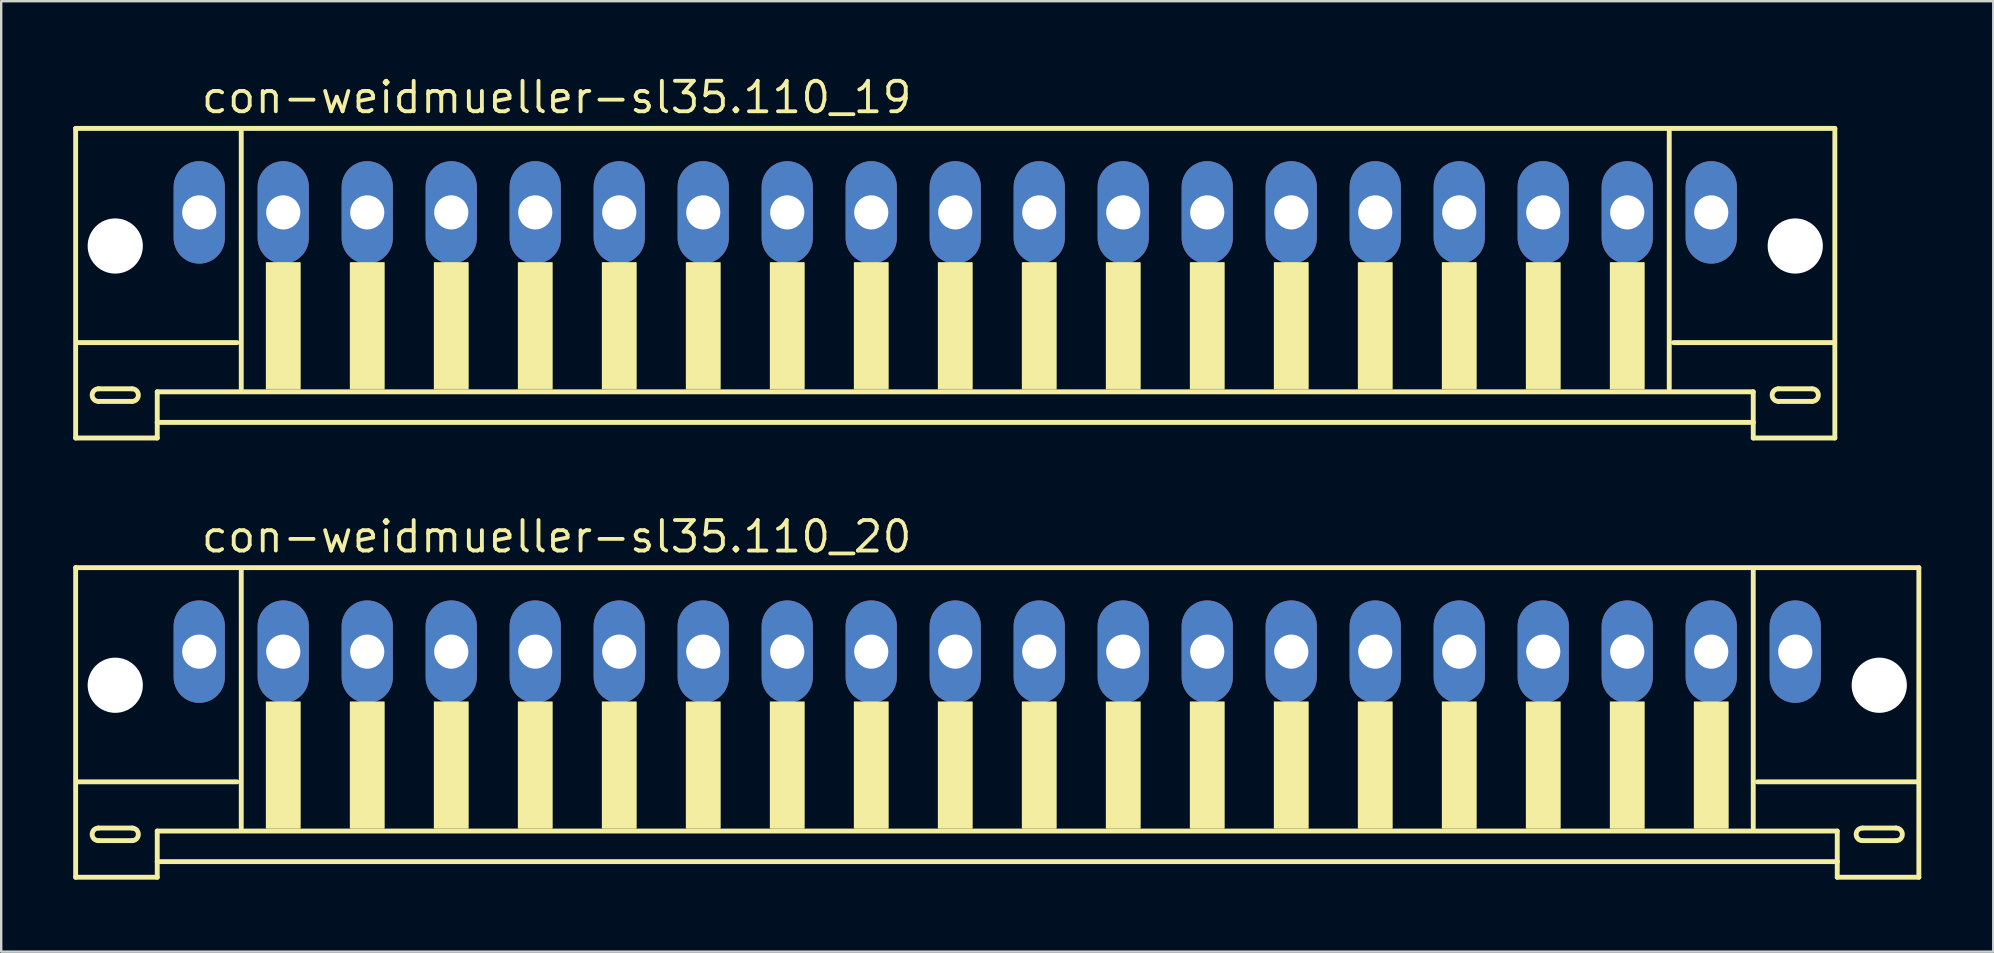
<source format=kicad_pcb>
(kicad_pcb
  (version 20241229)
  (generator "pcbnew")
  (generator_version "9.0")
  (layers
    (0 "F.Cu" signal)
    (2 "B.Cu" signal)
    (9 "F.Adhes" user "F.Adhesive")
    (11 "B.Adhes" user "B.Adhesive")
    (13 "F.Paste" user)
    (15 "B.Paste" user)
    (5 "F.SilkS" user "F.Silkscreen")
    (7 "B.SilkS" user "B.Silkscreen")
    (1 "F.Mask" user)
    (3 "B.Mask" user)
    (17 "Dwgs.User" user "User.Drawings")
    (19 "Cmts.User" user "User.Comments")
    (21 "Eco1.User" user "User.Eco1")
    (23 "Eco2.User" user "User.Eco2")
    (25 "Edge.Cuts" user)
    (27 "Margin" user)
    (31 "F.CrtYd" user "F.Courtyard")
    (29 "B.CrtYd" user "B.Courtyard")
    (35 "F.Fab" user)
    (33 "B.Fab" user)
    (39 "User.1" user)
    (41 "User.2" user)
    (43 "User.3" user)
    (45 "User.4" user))
  (footprint "con-weidmueller-sl35.110_19"
    (layer "F.Cu")
    (at 36.752 7.55)
    (property "Reference" "con-weidmueller-sl35.110_19" (at -31.5 -5.8 0) (layer "F.SilkS") (effects (font (size 1.27 1.27) (thickness 0.16)) (justify left bottom)))
    (attr through_hole)
    (fp_line (start -36.65 -5.25) (end -36.65 7.65) (stroke (width 0.203) (type default)) (layer "F.SilkS"))
    (fp_line (start -36.65 7.65) (end -33.25 7.65) (stroke (width 0.203) (type default)) (layer "F.SilkS"))
    (fp_line (start -35.7 5.6) (end -34.3 5.6) (stroke (width 0.203) (type default)) (layer "F.SilkS"))
    (fp_line (start -34.3 6.125) (end -35.7 6.125) (stroke (width 0.203) (type default)) (layer "F.SilkS"))
    (fp_line (start -33.25 5.725) (end 33.25 5.725) (stroke (width 0.203) (type default)) (layer "F.SilkS"))
    (fp_line (start -33.25 7) (end -33.25 5.725) (stroke (width 0.203) (type default)) (layer "F.SilkS"))
    (fp_line (start -33.25 7) (end 33.25 7) (stroke (width 0.203) (type default)) (layer "F.SilkS"))
    (fp_line (start -33.25 7.65) (end -33.25 7) (stroke (width 0.203) (type default)) (layer "F.SilkS"))
    (fp_line (start -29.925 3.675) (end -36.575 3.675) (stroke (width 0.203) (type default)) (layer "F.SilkS"))
    (fp_line (start -29.75 -5.125) (end -29.75 5.6) (stroke (width 0.203) (type default)) (layer "F.SilkS"))
    (fp_line (start 29.75 5.6) (end 29.75 -5.125) (stroke (width 0.203) (type default)) (layer "F.SilkS"))
    (fp_line (start 33.25 5.725) (end 33.25 7) (stroke (width 0.203) (type default)) (layer "F.SilkS"))
    (fp_line (start 33.25 7) (end 33.25 7.65) (stroke (width 0.203) (type default)) (layer "F.SilkS"))
    (fp_line (start 33.25 7.65) (end 36.65 7.65) (stroke (width 0.203) (type default)) (layer "F.SilkS"))
    (fp_line (start 34.3 5.6) (end 35.7 5.6) (stroke (width 0.203) (type default)) (layer "F.SilkS"))
    (fp_line (start 35.7 6.125) (end 34.3 6.125) (stroke (width 0.203) (type default)) (layer "F.SilkS"))
    (fp_line (start 36.575 3.675) (end 29.925 3.675) (stroke (width 0.203) (type default)) (layer "F.SilkS"))
    (fp_line (start 36.65 -5.25) (end -36.65 -5.25) (stroke (width 0.203) (type default)) (layer "F.SilkS"))
    (fp_line (start 36.65 7.65) (end 36.65 -5.25) (stroke (width 0.203) (type default)) (layer "F.SilkS"))
    (fp_rect (start -28.7 5.6) (end -27.3 0.35) (stroke (width 0.05) (type default)) (fill yes) (layer "F.SilkS"))
    (fp_rect (start -25.2 5.6) (end -23.8 0.35) (stroke (width 0.05) (type default)) (fill yes) (layer "F.SilkS"))
    (fp_rect (start -21.7 5.6) (end -20.3 0.35) (stroke (width 0.05) (type default)) (fill yes) (layer "F.SilkS"))
    (fp_rect (start -18.2 5.6) (end -16.8 0.35) (stroke (width 0.05) (type default)) (fill yes) (layer "F.SilkS"))
    (fp_rect (start -14.7 5.6) (end -13.3 0.35) (stroke (width 0.05) (type default)) (fill yes) (layer "F.SilkS"))
    (fp_rect (start -11.2 5.6) (end -9.8 0.35) (stroke (width 0.05) (type default)) (fill yes) (layer "F.SilkS"))
    (fp_rect (start -7.7 5.6) (end -6.3 0.35) (stroke (width 0.05) (type default)) (fill yes) (layer "F.SilkS"))
    (fp_rect (start -4.2 5.6) (end -2.8 0.35) (stroke (width 0.05) (type default)) (fill yes) (layer "F.SilkS"))
    (fp_rect (start -0.7 5.6) (end 0.7 0.35) (stroke (width 0.05) (type default)) (fill yes) (layer "F.SilkS"))
    (fp_rect (start 2.8 5.6) (end 4.2 0.35) (stroke (width 0.05) (type default)) (fill yes) (layer "F.SilkS"))
    (fp_rect (start 6.3 5.6) (end 7.7 0.35) (stroke (width 0.05) (type default)) (fill yes) (layer "F.SilkS"))
    (fp_rect (start 9.8 5.6) (end 11.2 0.35) (stroke (width 0.05) (type default)) (fill yes) (layer "F.SilkS"))
    (fp_rect (start 13.3 5.6) (end 14.7 0.35) (stroke (width 0.05) (type default)) (fill yes) (layer "F.SilkS"))
    (fp_rect (start 16.8 5.6) (end 18.2 0.35) (stroke (width 0.05) (type default)) (fill yes) (layer "F.SilkS"))
    (fp_rect (start 20.3 5.6) (end 21.7 0.35) (stroke (width 0.05) (type default)) (fill yes) (layer "F.SilkS"))
    (fp_rect (start 23.8 5.6) (end 25.2 0.35) (stroke (width 0.05) (type default)) (fill yes) (layer "F.SilkS"))
    (fp_rect (start 27.3 5.6) (end 28.7 0.35) (stroke (width 0.05) (type default)) (fill yes) (layer "F.SilkS"))
    (fp_arc (start -35.7 6.125) (mid -35.9625 5.8625) (end -35.7 5.6) (stroke (width 0.2032) (type default)) (layer "F.SilkS"))
    (fp_arc (start -34.3 5.6) (mid -34.0375 5.8625) (end -34.3 6.125) (stroke (width 0.2032) (type default)) (layer "F.SilkS"))
    (fp_arc (start 34.3 6.125) (mid 34.0375 5.8625) (end 34.3 5.6) (stroke (width 0.2032) (type default)) (layer "F.SilkS"))
    (fp_arc (start 35.7 5.6) (mid 35.9625 5.8625) (end 35.7 6.125) (stroke (width 0.2032) (type default)) (layer "F.SilkS"))
    (pad "" np_thru_hole circle (at -35 -0.35) (size 2.3 2.3) (drill 2.3) (layers "*.Cu" "*.Mask"))
    (pad "" np_thru_hole circle (at 35 -0.35) (size 2.3 2.3) (drill 2.3) (layers "*.Cu" "*.Mask"))
    (pad "1" thru_hole oval (at -31.5 -1.75 90) (size 4.267 2.134) (drill 1.422) (layers "*.Cu" "*.Mask"))
    (pad "2" thru_hole oval (at -28 -1.75 90) (size 4.267 2.134) (drill 1.422) (layers "*.Cu" "*.Mask"))
    (pad "3" thru_hole oval (at -24.5 -1.75 90) (size 4.267 2.134) (drill 1.422) (layers "*.Cu" "*.Mask"))
    (pad "4" thru_hole oval (at -21 -1.75 90) (size 4.267 2.134) (drill 1.422) (layers "*.Cu" "*.Mask"))
    (pad "5" thru_hole oval (at -17.5 -1.75 90) (size 4.267 2.134) (drill 1.422) (layers "*.Cu" "*.Mask"))
    (pad "6" thru_hole oval (at -14 -1.75 90) (size 4.267 2.134) (drill 1.422) (layers "*.Cu" "*.Mask"))
    (pad "7" thru_hole oval (at -10.5 -1.75 90) (size 4.267 2.134) (drill 1.422) (layers "*.Cu" "*.Mask"))
    (pad "8" thru_hole oval (at -7 -1.75 90) (size 4.267 2.134) (drill 1.422) (layers "*.Cu" "*.Mask"))
    (pad "9" thru_hole oval (at -3.5 -1.75 90) (size 4.267 2.134) (drill 1.422) (layers "*.Cu" "*.Mask"))
    (pad "10" thru_hole oval (at 0 -1.75 90) (size 4.267 2.134) (drill 1.422) (layers "*.Cu" "*.Mask"))
    (pad "11" thru_hole oval (at 3.5 -1.75 90) (size 4.267 2.134) (drill 1.422) (layers "*.Cu" "*.Mask"))
    (pad "12" thru_hole oval (at 7 -1.75 90) (size 4.267 2.134) (drill 1.422) (layers "*.Cu" "*.Mask"))
    (pad "13" thru_hole oval (at 10.5 -1.75 90) (size 4.267 2.134) (drill 1.422) (layers "*.Cu" "*.Mask"))
    (pad "14" thru_hole oval (at 14 -1.75 90) (size 4.267 2.134) (drill 1.422) (layers "*.Cu" "*.Mask"))
    (pad "15" thru_hole oval (at 17.5 -1.75 90) (size 4.267 2.134) (drill 1.422) (layers "*.Cu" "*.Mask"))
    (pad "16" thru_hole oval (at 21 -1.75 90) (size 4.267 2.134) (drill 1.422) (layers "*.Cu" "*.Mask"))
    (pad "17" thru_hole oval (at 24.5 -1.75 90) (size 4.267 2.134) (drill 1.422) (layers "*.Cu" "*.Mask"))
    (pad "18" thru_hole oval (at 28 -1.75 90) (size 4.267 2.134) (drill 1.422) (layers "*.Cu" "*.Mask"))
    (pad "19" thru_hole oval (at 31.5 -1.75 90) (size 4.267 2.134) (drill 1.422) (layers "*.Cu" "*.Mask")))
  (footprint "con-weidmueller-sl35.110_20"
    (layer "F.Cu")
    (at 38.502 25.852)
    (property "Reference" "con-weidmueller-sl35.110_20" (at -33.25 -5.8 0) (layer "F.SilkS") (effects (font (size 1.27 1.27) (thickness 0.16)) (justify left bottom)))
    (attr through_hole)
    (fp_line (start -38.4 -5.25) (end -38.4 7.65) (stroke (width 0.203) (type default)) (layer "F.SilkS"))
    (fp_line (start -38.4 7.65) (end -35 7.65) (stroke (width 0.203) (type default)) (layer "F.SilkS"))
    (fp_line (start -37.45 5.6) (end -36.05 5.6) (stroke (width 0.203) (type default)) (layer "F.SilkS"))
    (fp_line (start -36.05 6.125) (end -37.45 6.125) (stroke (width 0.203) (type default)) (layer "F.SilkS"))
    (fp_line (start -35 5.725) (end 35 5.725) (stroke (width 0.203) (type default)) (layer "F.SilkS"))
    (fp_line (start -35 7) (end -35 5.725) (stroke (width 0.203) (type default)) (layer "F.SilkS"))
    (fp_line (start -35 7) (end 35 7) (stroke (width 0.203) (type default)) (layer "F.SilkS"))
    (fp_line (start -35 7.65) (end -35 7) (stroke (width 0.203) (type default)) (layer "F.SilkS"))
    (fp_line (start -31.675 3.675) (end -38.325 3.675) (stroke (width 0.203) (type default)) (layer "F.SilkS"))
    (fp_line (start -31.5 -5.125) (end -31.5 5.6) (stroke (width 0.203) (type default)) (layer "F.SilkS"))
    (fp_line (start 31.5 5.6) (end 31.5 -5.125) (stroke (width 0.203) (type default)) (layer "F.SilkS"))
    (fp_line (start 35 5.725) (end 35 7) (stroke (width 0.203) (type default)) (layer "F.SilkS"))
    (fp_line (start 35 7) (end 35 7.65) (stroke (width 0.203) (type default)) (layer "F.SilkS"))
    (fp_line (start 35 7.65) (end 38.4 7.65) (stroke (width 0.203) (type default)) (layer "F.SilkS"))
    (fp_line (start 36.05 5.6) (end 37.45 5.6) (stroke (width 0.203) (type default)) (layer "F.SilkS"))
    (fp_line (start 37.45 6.125) (end 36.05 6.125) (stroke (width 0.203) (type default)) (layer "F.SilkS"))
    (fp_line (start 38.325 3.675) (end 31.675 3.675) (stroke (width 0.203) (type default)) (layer "F.SilkS"))
    (fp_line (start 38.4 -5.25) (end -38.4 -5.25) (stroke (width 0.203) (type default)) (layer "F.SilkS"))
    (fp_line (start 38.4 7.65) (end 38.4 -5.25) (stroke (width 0.203) (type default)) (layer "F.SilkS"))
    (fp_rect (start -30.45 5.6) (end -29.05 0.35) (stroke (width 0.05) (type default)) (fill yes) (layer "F.SilkS"))
    (fp_rect (start -26.95 5.6) (end -25.55 0.35) (stroke (width 0.05) (type default)) (fill yes) (layer "F.SilkS"))
    (fp_rect (start -23.45 5.6) (end -22.05 0.35) (stroke (width 0.05) (type default)) (fill yes) (layer "F.SilkS"))
    (fp_rect (start -19.95 5.6) (end -18.55 0.35) (stroke (width 0.05) (type default)) (fill yes) (layer "F.SilkS"))
    (fp_rect (start -16.45 5.6) (end -15.05 0.35) (stroke (width 0.05) (type default)) (fill yes) (layer "F.SilkS"))
    (fp_rect (start -12.95 5.6) (end -11.55 0.35) (stroke (width 0.05) (type default)) (fill yes) (layer "F.SilkS"))
    (fp_rect (start -9.45 5.6) (end -8.05 0.35) (stroke (width 0.05) (type default)) (fill yes) (layer "F.SilkS"))
    (fp_rect (start -5.95 5.6) (end -4.55 0.35) (stroke (width 0.05) (type default)) (fill yes) (layer "F.SilkS"))
    (fp_rect (start -2.45 5.6) (end -1.05 0.35) (stroke (width 0.05) (type default)) (fill yes) (layer "F.SilkS"))
    (fp_rect (start 1.05 5.6) (end 2.45 0.35) (stroke (width 0.05) (type default)) (fill yes) (layer "F.SilkS"))
    (fp_rect (start 4.55 5.6) (end 5.95 0.35) (stroke (width 0.05) (type default)) (fill yes) (layer "F.SilkS"))
    (fp_rect (start 8.05 5.6) (end 9.45 0.35) (stroke (width 0.05) (type default)) (fill yes) (layer "F.SilkS"))
    (fp_rect (start 11.55 5.6) (end 12.95 0.35) (stroke (width 0.05) (type default)) (fill yes) (layer "F.SilkS"))
    (fp_rect (start 15.05 5.6) (end 16.45 0.35) (stroke (width 0.05) (type default)) (fill yes) (layer "F.SilkS"))
    (fp_rect (start 18.55 5.6) (end 19.95 0.35) (stroke (width 0.05) (type default)) (fill yes) (layer "F.SilkS"))
    (fp_rect (start 22.05 5.6) (end 23.45 0.35) (stroke (width 0.05) (type default)) (fill yes) (layer "F.SilkS"))
    (fp_rect (start 25.55 5.6) (end 26.95 0.35) (stroke (width 0.05) (type default)) (fill yes) (layer "F.SilkS"))
    (fp_rect (start 29.05 5.6) (end 30.45 0.35) (stroke (width 0.05) (type default)) (fill yes) (layer "F.SilkS"))
    (fp_arc (start -37.45 6.125) (mid -37.7125 5.8625) (end -37.45 5.6) (stroke (width 0.2032) (type default)) (layer "F.SilkS"))
    (fp_arc (start -36.05 5.6) (mid -35.7875 5.8625) (end -36.05 6.125) (stroke (width 0.2032) (type default)) (layer "F.SilkS"))
    (fp_arc (start 36.05 6.125) (mid 35.7875 5.8625) (end 36.05 5.6) (stroke (width 0.2032) (type default)) (layer "F.SilkS"))
    (fp_arc (start 37.45 5.6) (mid 37.7125 5.8625) (end 37.45 6.125) (stroke (width 0.2032) (type default)) (layer "F.SilkS"))
    (pad "" np_thru_hole circle (at -36.75 -0.35) (size 2.3 2.3) (drill 2.3) (layers "*.Cu" "*.Mask"))
    (pad "" np_thru_hole circle (at 36.75 -0.35) (size 2.3 2.3) (drill 2.3) (layers "*.Cu" "*.Mask"))
    (pad "1" thru_hole oval (at -33.25 -1.75 90) (size 4.267 2.134) (drill 1.422) (layers "*.Cu" "*.Mask"))
    (pad "2" thru_hole oval (at -29.75 -1.75 90) (size 4.267 2.134) (drill 1.422) (layers "*.Cu" "*.Mask"))
    (pad "3" thru_hole oval (at -26.25 -1.75 90) (size 4.267 2.134) (drill 1.422) (layers "*.Cu" "*.Mask"))
    (pad "4" thru_hole oval (at -22.75 -1.75 90) (size 4.267 2.134) (drill 1.422) (layers "*.Cu" "*.Mask"))
    (pad "5" thru_hole oval (at -19.25 -1.75 90) (size 4.267 2.134) (drill 1.422) (layers "*.Cu" "*.Mask"))
    (pad "6" thru_hole oval (at -15.75 -1.75 90) (size 4.267 2.134) (drill 1.422) (layers "*.Cu" "*.Mask"))
    (pad "7" thru_hole oval (at -12.25 -1.75 90) (size 4.267 2.134) (drill 1.422) (layers "*.Cu" "*.Mask"))
    (pad "8" thru_hole oval (at -8.75 -1.75 90) (size 4.267 2.134) (drill 1.422) (layers "*.Cu" "*.Mask"))
    (pad "9" thru_hole oval (at -5.25 -1.75 90) (size 4.267 2.134) (drill 1.422) (layers "*.Cu" "*.Mask"))
    (pad "10" thru_hole oval (at -1.75 -1.75 90) (size 4.267 2.134) (drill 1.422) (layers "*.Cu" "*.Mask"))
    (pad "11" thru_hole oval (at 1.75 -1.75 90) (size 4.267 2.134) (drill 1.422) (layers "*.Cu" "*.Mask"))
    (pad "12" thru_hole oval (at 5.25 -1.75 90) (size 4.267 2.134) (drill 1.422) (layers "*.Cu" "*.Mask"))
    (pad "13" thru_hole oval (at 8.75 -1.75 90) (size 4.267 2.134) (drill 1.422) (layers "*.Cu" "*.Mask"))
    (pad "14" thru_hole oval (at 12.25 -1.75 90) (size 4.267 2.134) (drill 1.422) (layers "*.Cu" "*.Mask"))
    (pad "15" thru_hole oval (at 15.75 -1.75 90) (size 4.267 2.134) (drill 1.422) (layers "*.Cu" "*.Mask"))
    (pad "16" thru_hole oval (at 19.25 -1.75 90) (size 4.267 2.134) (drill 1.422) (layers "*.Cu" "*.Mask"))
    (pad "17" thru_hole oval (at 22.75 -1.75 90) (size 4.267 2.134) (drill 1.422) (layers "*.Cu" "*.Mask"))
    (pad "18" thru_hole oval (at 26.25 -1.75 90) (size 4.267 2.134) (drill 1.422) (layers "*.Cu" "*.Mask"))
    (pad "19" thru_hole oval (at 29.75 -1.75 90) (size 4.267 2.134) (drill 1.422) (layers "*.Cu" "*.Mask"))
    (pad "20" thru_hole oval (at 33.25 -1.75 90) (size 4.267 2.134) (drill 1.422) (layers "*.Cu" "*.Mask")))
  (gr_rect
    (start -3 -3)
    (end 80.003 36.603)
    (stroke (width 0.1) (type default))
    (fill no)
    (layer "Edge.Cuts")))
</source>
